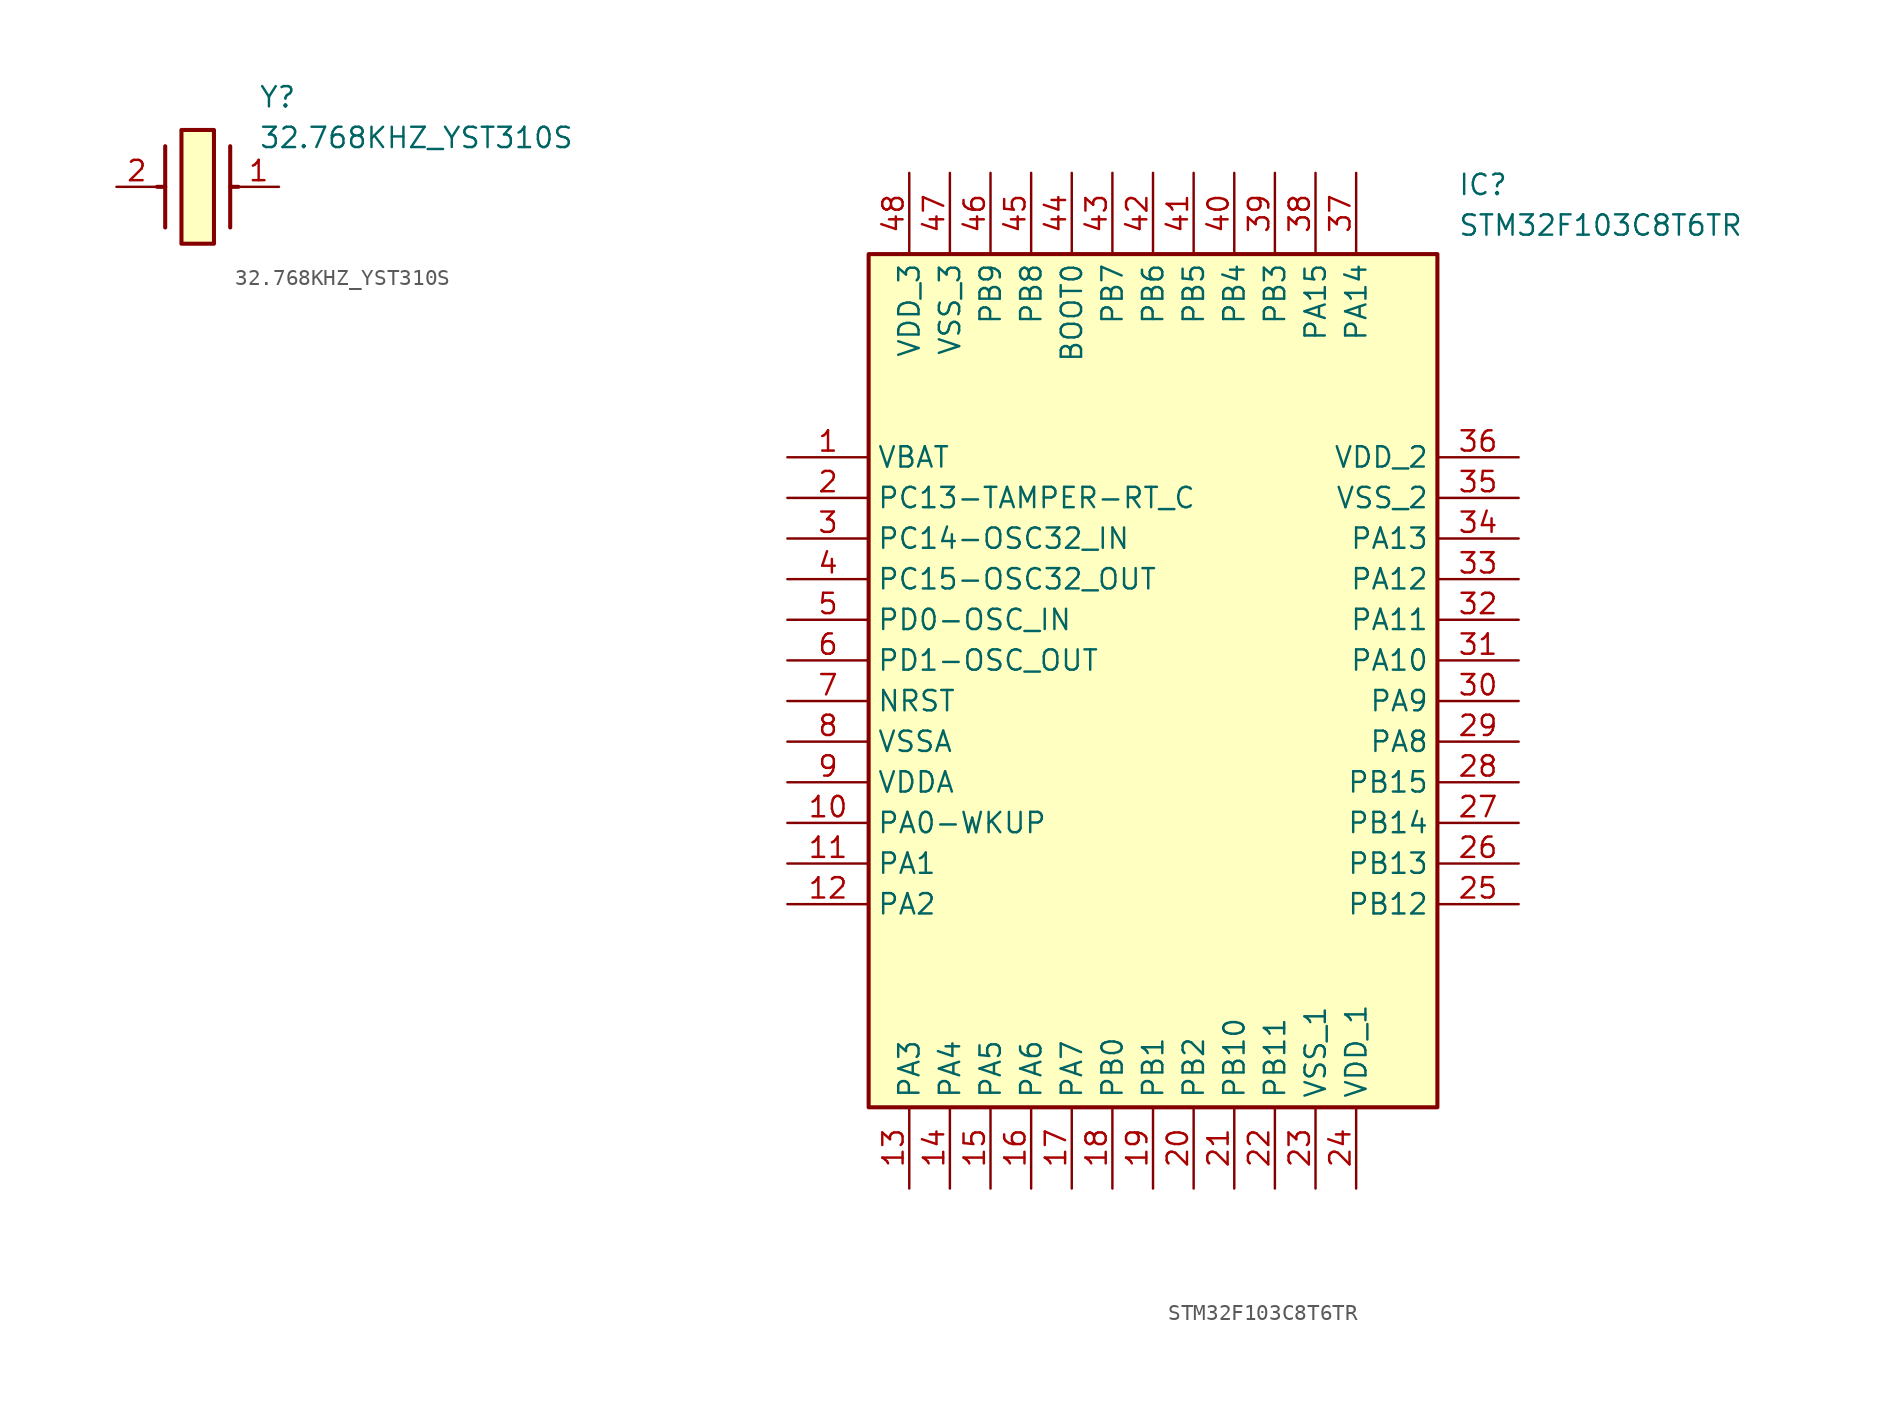
<source format=kicad_sym>
(kicad_symbol_lib
  (version 20220914)
  (generator kicad_symbol_editor)
  (symbol "32.768KHZ_YST310S"
    (pin_names hide)
    (property "Reference" "Y"
      (at 8.89 6.35 0)
      (effects (font (size 1.27 1.27)) (justify left top)))
    (property "Value" "32.768KHZ_YST310S"
      (at 8.89 3.81 0)
      (effects (font (size 1.27 1.27)) (justify left top)))
    (symbol "32.768KHZ_YST310S_1_1"
      (polyline (pts (xy 3.048 0) (xy 2.54 0)) (stroke (width 0.254) (type default)) (fill (type none)))
      (polyline (pts (xy 3.048 2.54) (xy 3.048 -2.54)) (stroke (width 0.254) (type default)) (fill (type none)))
      (polyline (pts (xy 7.112 0) (xy 7.62 0)) (stroke (width 0.254) (type default)) (fill (type none)))
      (polyline (pts (xy 7.112 2.54) (xy 7.112 -2.54)) (stroke (width 0.254) (type default)) (fill (type none)))
      (rectangle (start 4.064 3.556) (end 6.096 -3.556) (stroke (width 0.254) (type default)) (fill (type background)))
      (pin passive line (at 10.16 0 180) (length 2.54) (name "" (effects (font (size 1.27 1.27)))) (number "1" (effects (font (size 1.27 1.27)))))
      (pin passive line (at 0 0 0) (length 2.54) (name "CRYSTAL_2" (effects (font (size 1.27 1.27)))) (number "2" (effects (font (size 1.27 1.27)))))))
  (symbol "STM32F103C8T6TR"
    (property "Reference" "IC"
      (at 41.91 17.78 0)
      (effects (font (size 1.27 1.27)) (justify left top)))
    (property "Value" "STM32F103C8T6TR"
      (at 41.91 15.24 0)
      (effects (font (size 1.27 1.27)) (justify left top)))
    (symbol "STM32F103C8T6TR_1_1"
      (rectangle (start 5.08 12.7) (end 40.64 -40.64) (stroke (width 0.254) (type default)) (fill (type background)))
      (pin passive line (at 0 0 0) (length 5.08) (name "VBAT" (effects (font (size 1.27 1.27)))) (number "1" (effects (font (size 1.27 1.27)))))
      (pin passive line (at 0 -22.86 0) (length 5.08) (name "PA0-WKUP" (effects (font (size 1.27 1.27)))) (number "10" (effects (font (size 1.27 1.27)))))
      (pin passive line (at 0 -25.4 0) (length 5.08) (name "PA1" (effects (font (size 1.27 1.27)))) (number "11" (effects (font (size 1.27 1.27)))))
      (pin passive line (at 0 -27.94 0) (length 5.08) (name "PA2" (effects (font (size 1.27 1.27)))) (number "12" (effects (font (size 1.27 1.27)))))
      (pin passive line (at 7.62 -45.72 90) (length 5.08) (name "PA3" (effects (font (size 1.27 1.27)))) (number "13" (effects (font (size 1.27 1.27)))))
      (pin passive line (at 10.16 -45.72 90) (length 5.08) (name "PA4" (effects (font (size 1.27 1.27)))) (number "14" (effects (font (size 1.27 1.27)))))
      (pin passive line (at 12.7 -45.72 90) (length 5.08) (name "PA5" (effects (font (size 1.27 1.27)))) (number "15" (effects (font (size 1.27 1.27)))))
      (pin passive line (at 15.24 -45.72 90) (length 5.08) (name "PA6" (effects (font (size 1.27 1.27)))) (number "16" (effects (font (size 1.27 1.27)))))
      (pin passive line (at 17.78 -45.72 90) (length 5.08) (name "PA7" (effects (font (size 1.27 1.27)))) (number "17" (effects (font (size 1.27 1.27)))))
      (pin passive line (at 20.32 -45.72 90) (length 5.08) (name "PB0" (effects (font (size 1.27 1.27)))) (number "18" (effects (font (size 1.27 1.27)))))
      (pin passive line (at 22.86 -45.72 90) (length 5.08) (name "PB1" (effects (font (size 1.27 1.27)))) (number "19" (effects (font (size 1.27 1.27)))))
      (pin passive line (at 0 -2.54 0) (length 5.08) (name "PC13-TAMPER-RT_C" (effects (font (size 1.27 1.27)))) (number "2" (effects (font (size 1.27 1.27)))))
      (pin passive line (at 25.4 -45.72 90) (length 5.08) (name "PB2" (effects (font (size 1.27 1.27)))) (number "20" (effects (font (size 1.27 1.27)))))
      (pin passive line (at 27.94 -45.72 90) (length 5.08) (name "PB10" (effects (font (size 1.27 1.27)))) (number "21" (effects (font (size 1.27 1.27)))))
      (pin passive line (at 30.48 -45.72 90) (length 5.08) (name "PB11" (effects (font (size 1.27 1.27)))) (number "22" (effects (font (size 1.27 1.27)))))
      (pin passive line (at 33.02 -45.72 90) (length 5.08) (name "VSS_1" (effects (font (size 1.27 1.27)))) (number "23" (effects (font (size 1.27 1.27)))))
      (pin passive line (at 35.56 -45.72 90) (length 5.08) (name "VDD_1" (effects (font (size 1.27 1.27)))) (number "24" (effects (font (size 1.27 1.27)))))
      (pin passive line (at 45.72 -27.94 180) (length 5.08) (name "PB12" (effects (font (size 1.27 1.27)))) (number "25" (effects (font (size 1.27 1.27)))))
      (pin passive line (at 45.72 -25.4 180) (length 5.08) (name "PB13" (effects (font (size 1.27 1.27)))) (number "26" (effects (font (size 1.27 1.27)))))
      (pin passive line (at 45.72 -22.86 180) (length 5.08) (name "PB14" (effects (font (size 1.27 1.27)))) (number "27" (effects (font (size 1.27 1.27)))))
      (pin passive line (at 45.72 -20.32 180) (length 5.08) (name "PB15" (effects (font (size 1.27 1.27)))) (number "28" (effects (font (size 1.27 1.27)))))
      (pin passive line (at 45.72 -17.78 180) (length 5.08) (name "PA8" (effects (font (size 1.27 1.27)))) (number "29" (effects (font (size 1.27 1.27)))))
      (pin passive line (at 0 -5.08 0) (length 5.08) (name "PC14-OSC32_IN" (effects (font (size 1.27 1.27)))) (number "3" (effects (font (size 1.27 1.27)))))
      (pin passive line (at 45.72 -15.24 180) (length 5.08) (name "PA9" (effects (font (size 1.27 1.27)))) (number "30" (effects (font (size 1.27 1.27)))))
      (pin passive line (at 45.72 -12.7 180) (length 5.08) (name "PA10" (effects (font (size 1.27 1.27)))) (number "31" (effects (font (size 1.27 1.27)))))
      (pin passive line (at 45.72 -10.16 180) (length 5.08) (name "PA11" (effects (font (size 1.27 1.27)))) (number "32" (effects (font (size 1.27 1.27)))))
      (pin passive line (at 45.72 -7.62 180) (length 5.08) (name "PA12" (effects (font (size 1.27 1.27)))) (number "33" (effects (font (size 1.27 1.27)))))
      (pin passive line (at 45.72 -5.08 180) (length 5.08) (name "PA13" (effects (font (size 1.27 1.27)))) (number "34" (effects (font (size 1.27 1.27)))))
      (pin passive line (at 45.72 -2.54 180) (length 5.08) (name "VSS_2" (effects (font (size 1.27 1.27)))) (number "35" (effects (font (size 1.27 1.27)))))
      (pin passive line (at 45.72 0 180) (length 5.08) (name "VDD_2" (effects (font (size 1.27 1.27)))) (number "36" (effects (font (size 1.27 1.27)))))
      (pin passive line (at 35.56 17.78 270) (length 5.08) (name "PA14" (effects (font (size 1.27 1.27)))) (number "37" (effects (font (size 1.27 1.27)))))
      (pin passive line (at 33.02 17.78 270) (length 5.08) (name "PA15" (effects (font (size 1.27 1.27)))) (number "38" (effects (font (size 1.27 1.27)))))
      (pin passive line (at 30.48 17.78 270) (length 5.08) (name "PB3" (effects (font (size 1.27 1.27)))) (number "39" (effects (font (size 1.27 1.27)))))
      (pin passive line (at 0 -7.62 0) (length 5.08) (name "PC15-OSC32_OUT" (effects (font (size 1.27 1.27)))) (number "4" (effects (font (size 1.27 1.27)))))
      (pin passive line (at 27.94 17.78 270) (length 5.08) (name "PB4" (effects (font (size 1.27 1.27)))) (number "40" (effects (font (size 1.27 1.27)))))
      (pin passive line (at 25.4 17.78 270) (length 5.08) (name "PB5" (effects (font (size 1.27 1.27)))) (number "41" (effects (font (size 1.27 1.27)))))
      (pin passive line (at 22.86 17.78 270) (length 5.08) (name "PB6" (effects (font (size 1.27 1.27)))) (number "42" (effects (font (size 1.27 1.27)))))
      (pin passive line (at 20.32 17.78 270) (length 5.08) (name "PB7" (effects (font (size 1.27 1.27)))) (number "43" (effects (font (size 1.27 1.27)))))
      (pin passive line (at 17.78 17.78 270) (length 5.08) (name "BOOT0" (effects (font (size 1.27 1.27)))) (number "44" (effects (font (size 1.27 1.27)))))
      (pin passive line (at 15.24 17.78 270) (length 5.08) (name "PB8" (effects (font (size 1.27 1.27)))) (number "45" (effects (font (size 1.27 1.27)))))
      (pin passive line (at 12.7 17.78 270) (length 5.08) (name "PB9" (effects (font (size 1.27 1.27)))) (number "46" (effects (font (size 1.27 1.27)))))
      (pin passive line (at 10.16 17.78 270) (length 5.08) (name "VSS_3" (effects (font (size 1.27 1.27)))) (number "47" (effects (font (size 1.27 1.27)))))
      (pin passive line (at 7.62 17.78 270) (length 5.08) (name "VDD_3" (effects (font (size 1.27 1.27)))) (number "48" (effects (font (size 1.27 1.27)))))
      (pin passive line (at 0 -10.16 0) (length 5.08) (name "PD0-OSC_IN" (effects (font (size 1.27 1.27)))) (number "5" (effects (font (size 1.27 1.27)))))
      (pin passive line (at 0 -12.7 0) (length 5.08) (name "PD1-OSC_OUT" (effects (font (size 1.27 1.27)))) (number "6" (effects (font (size 1.27 1.27)))))
      (pin passive line (at 0 -15.24 0) (length 5.08) (name "NRST" (effects (font (size 1.27 1.27)))) (number "7" (effects (font (size 1.27 1.27)))))
      (pin passive line (at 0 -17.78 0) (length 5.08) (name "VSSA" (effects (font (size 1.27 1.27)))) (number "8" (effects (font (size 1.27 1.27)))))
      (pin passive line (at 0 -20.32 0) (length 5.08) (name "VDDA" (effects (font (size 1.27 1.27)))) (number "9" (effects (font (size 1.27 1.27))))))))
</source>
